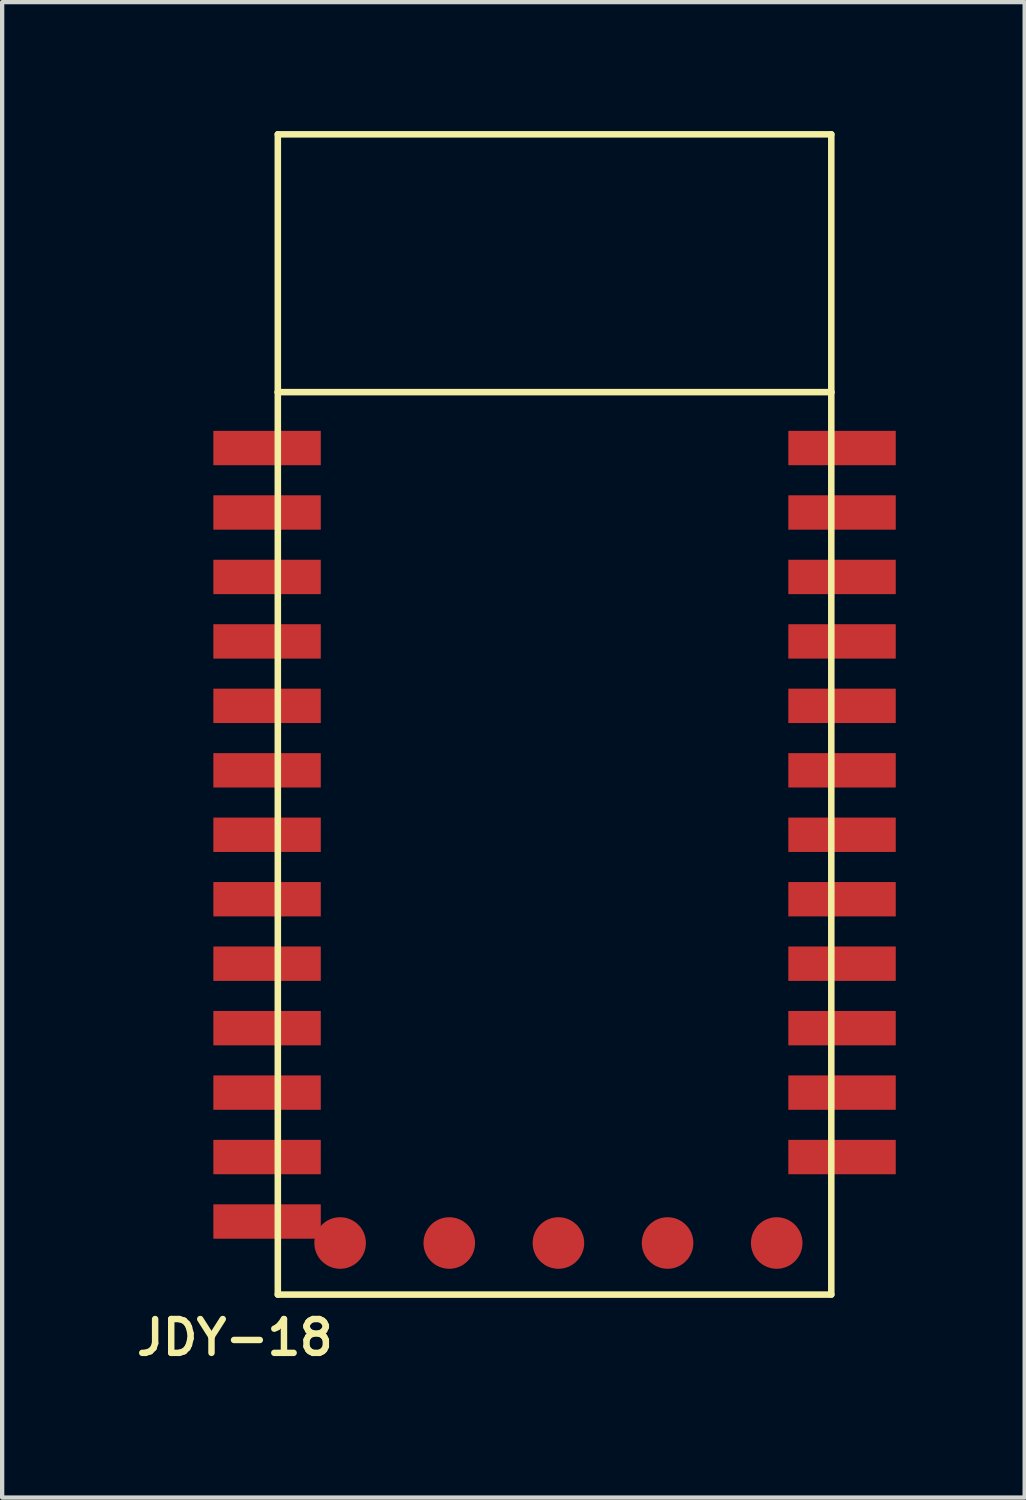
<source format=kicad_pcb>
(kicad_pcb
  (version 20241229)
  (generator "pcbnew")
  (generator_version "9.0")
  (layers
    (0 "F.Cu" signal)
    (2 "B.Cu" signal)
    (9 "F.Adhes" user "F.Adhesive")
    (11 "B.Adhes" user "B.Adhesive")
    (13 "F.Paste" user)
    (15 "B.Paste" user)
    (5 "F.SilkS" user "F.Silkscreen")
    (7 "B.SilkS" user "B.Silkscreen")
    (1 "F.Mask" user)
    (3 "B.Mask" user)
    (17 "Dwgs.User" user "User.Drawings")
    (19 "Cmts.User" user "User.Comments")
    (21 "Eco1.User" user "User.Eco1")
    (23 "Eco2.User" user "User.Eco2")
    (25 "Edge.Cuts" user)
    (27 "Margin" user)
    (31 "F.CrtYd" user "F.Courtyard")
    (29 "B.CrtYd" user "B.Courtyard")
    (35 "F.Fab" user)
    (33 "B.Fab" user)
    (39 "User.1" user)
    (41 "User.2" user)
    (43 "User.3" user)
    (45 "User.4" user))
  (footprint "JDY-18"
    (layer "F.Cu")
    (at 2.415 28.076)
    (property "Reference" "JDY-18" (at 0 0 0) (layer "F.SilkS") (effects (font (size 0.787 0.787) (thickness 0.15))))
    (attr smd)
    (fp_line (start 1 -28) (end 1 -22) (stroke (width 0.152) (type solid)) (layer "F.SilkS"))
    (fp_line (start 1 -22) (end 1 -1) (stroke (width 0.152) (type solid)) (layer "F.SilkS"))
    (fp_line (start 1 -22) (end 13.88 -22) (stroke (width 0.152) (type solid)) (layer "F.SilkS"))
    (fp_line (start 1 -1) (end 13.88 -1) (stroke (width 0.152) (type solid)) (layer "F.SilkS"))
    (fp_line (start 13.88 -28) (end 1 -28) (stroke (width 0.152) (type solid)) (layer "F.SilkS"))
    (fp_line (start 13.88 -22) (end 13.88 -28) (stroke (width 0.152) (type solid)) (layer "F.SilkS"))
    (fp_line (start 13.88 -1) (end 13.88 -22) (stroke (width 0.152) (type solid)) (layer "F.SilkS"))
    (pad "1" smd rect (at 0.75 -20.7) (size 2.5 0.8) (layers "F.Cu" "F.Mask" "F.Paste"))
    (pad "2" smd rect (at 0.75 -19.2) (size 2.5 0.8) (layers "F.Cu" "F.Mask" "F.Paste"))
    (pad "3" smd rect (at 0.75 -17.7) (size 2.5 0.8) (layers "F.Cu" "F.Mask" "F.Paste"))
    (pad "4" smd rect (at 0.75 -16.2) (size 2.5 0.8) (layers "F.Cu" "F.Mask" "F.Paste"))
    (pad "5" smd rect (at 0.75 -14.7) (size 2.5 0.8) (layers "F.Cu" "F.Mask" "F.Paste"))
    (pad "6" smd rect (at 0.75 -13.2) (size 2.5 0.8) (layers "F.Cu" "F.Mask" "F.Paste"))
    (pad "7" smd rect (at 0.75 -11.7) (size 2.5 0.8) (layers "F.Cu" "F.Mask" "F.Paste"))
    (pad "8" smd rect (at 0.75 -10.2) (size 2.5 0.8) (layers "F.Cu" "F.Mask" "F.Paste"))
    (pad "9" smd rect (at 0.75 -8.7) (size 2.5 0.8) (layers "F.Cu" "F.Mask" "F.Paste"))
    (pad "10" smd rect (at 0.75 -7.2) (size 2.5 0.8) (layers "F.Cu" "F.Mask" "F.Paste"))
    (pad "11" smd rect (at 0.75 -5.7) (size 2.5 0.8) (layers "F.Cu" "F.Mask" "F.Paste"))
    (pad "12" smd rect (at 0.75 -4.2) (size 2.5 0.8) (layers "F.Cu" "F.Mask" "F.Paste"))
    (pad "13" smd rect (at 0.75 -2.7) (size 2.5 0.8) (layers "F.Cu" "F.Mask" "F.Paste"))
    (pad "14" smd rect (at 14.13 -4.2) (size 2.5 0.8) (layers "F.Cu" "F.Mask" "F.Paste"))
    (pad "15" smd rect (at 14.13 -5.7) (size 2.5 0.8) (layers "F.Cu" "F.Mask" "F.Paste"))
    (pad "16" smd rect (at 14.13 -7.2) (size 2.5 0.8) (layers "F.Cu" "F.Mask" "F.Paste"))
    (pad "17" smd rect (at 14.13 -8.7) (size 2.5 0.8) (layers "F.Cu" "F.Mask" "F.Paste"))
    (pad "18" smd rect (at 14.13 -10.2) (size 2.5 0.8) (layers "F.Cu" "F.Mask" "F.Paste"))
    (pad "19" smd rect (at 14.13 -11.7) (size 2.5 0.8) (layers "F.Cu" "F.Mask" "F.Paste"))
    (pad "20" smd rect (at 14.13 -13.2) (size 2.5 0.8) (layers "F.Cu" "F.Mask" "F.Paste"))
    (pad "21" smd rect (at 14.13 -14.7) (size 2.5 0.8) (layers "F.Cu" "F.Mask" "F.Paste"))
    (pad "22" smd rect (at 14.13 -16.2) (size 2.5 0.8) (layers "F.Cu" "F.Mask" "F.Paste"))
    (pad "23" smd rect (at 14.13 -17.7) (size 2.5 0.8) (layers "F.Cu" "F.Mask" "F.Paste"))
    (pad "24" smd rect (at 14.13 -19.2) (size 2.5 0.8) (layers "F.Cu" "F.Mask" "F.Paste"))
    (pad "25" smd rect (at 14.13 -20.7) (size 2.5 0.8) (layers "F.Cu" "F.Mask" "F.Paste"))
    (pad "26" smd circle (at 2.45 -2.2) (size 1.2 1.2) (layers "F.Cu" "F.Mask" "F.Paste"))
    (pad "27" smd circle (at 4.99 -2.2) (size 1.2 1.2) (layers "F.Cu" "F.Mask" "F.Paste"))
    (pad "28" smd circle (at 7.53 -2.2) (size 1.2 1.2) (layers "F.Cu" "F.Mask" "F.Paste"))
    (pad "29" smd circle (at 10.07 -2.2) (size 1.2 1.2) (layers "F.Cu" "F.Mask" "F.Paste"))
    (pad "30" smd circle (at 12.61 -2.2) (size 1.2 1.2) (layers "F.Cu" "F.Mask" "F.Paste")))
  (gr_rect
    (start -3 -3)
    (end 20.795 31.8)
    (stroke (width 0.1) (type default))
    (fill no)
    (layer "Edge.Cuts")))
</source>
